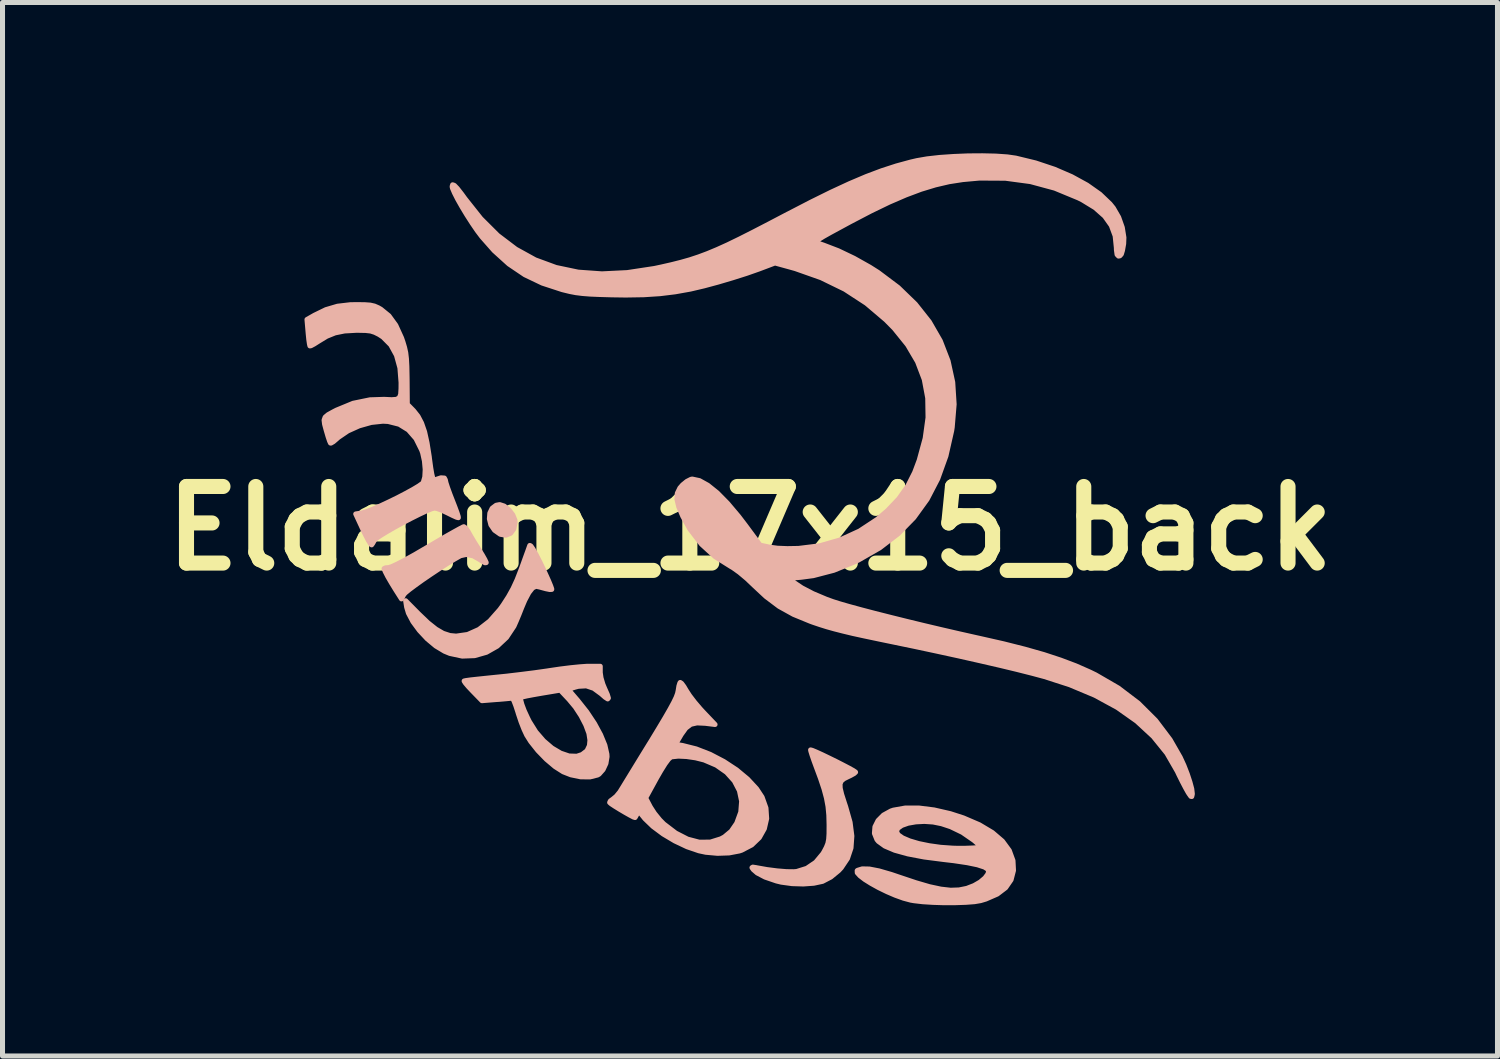
<source format=kicad_pcb>
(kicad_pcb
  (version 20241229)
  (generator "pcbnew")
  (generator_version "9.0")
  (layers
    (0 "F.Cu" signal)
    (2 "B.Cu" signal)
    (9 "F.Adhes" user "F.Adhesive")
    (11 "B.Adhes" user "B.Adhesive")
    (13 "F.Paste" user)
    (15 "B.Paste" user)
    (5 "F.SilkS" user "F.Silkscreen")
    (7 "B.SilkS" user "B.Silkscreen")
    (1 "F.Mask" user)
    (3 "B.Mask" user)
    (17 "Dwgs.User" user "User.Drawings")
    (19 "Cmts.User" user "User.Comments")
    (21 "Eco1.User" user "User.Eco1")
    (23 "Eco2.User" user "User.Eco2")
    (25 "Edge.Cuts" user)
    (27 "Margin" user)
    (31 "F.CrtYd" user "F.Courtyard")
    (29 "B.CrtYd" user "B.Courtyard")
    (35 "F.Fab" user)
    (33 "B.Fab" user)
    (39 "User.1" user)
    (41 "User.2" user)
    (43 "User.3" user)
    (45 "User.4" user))
  (footprint "Eldalim_17x15_back"
    (layer "F.Cu")
    (at 11.873 7.464)
    (property "Reference" "Eldalim_17x15_back" (at 0 0 0) (layer "F.SilkS") (effects (font (size 1.524 1.524) (thickness 0.3))))
    (attr through_hole)
    (fp_poly (pts (xy -4.674 -0.129) (xy -4.698 0.007) (xy -4.764 0.097) (xy -4.858 0.135) (xy -4.969 0.116) (xy -5.083 0.036) (xy -5.156 -0.071) (xy -5.186 -0.19) (xy -5.177 -0.305) (xy -5.131 -0.401) (xy -5.051 -0.461) (xy -4.981 -0.474) (xy -4.891 -0.445) (xy -4.798 -0.371) (xy -4.721 -0.272) (xy -4.678 -0.167) (xy -4.674 -0.129)) (stroke (width 0.1) (type solid)) (fill yes) (layer "B.SilkS"))
    (fp_poly (pts (xy -5.249 0.68) (xy -5.273 0.683) (xy -5.331 0.651) (xy -5.362 0.629) (xy -5.506 0.546) (xy -5.645 0.517) (xy -5.762 0.543) (xy -5.88 0.61) (xy -6.026 0.699) (xy -6.187 0.802) (xy -6.354 0.913) (xy -6.515 1.023) (xy -6.66 1.127) (xy -6.778 1.215) (xy -6.858 1.281) (xy -6.888 1.314) (xy -6.935 1.402) (xy -7.052 1.218) (xy -7.136 1.081) (xy -7.208 0.957) (xy -7.258 0.859) (xy -7.281 0.802) (xy -7.281 0.798) (xy -7.252 0.784) (xy -7.191 0.779) (xy -7.131 0.761) (xy -7.02 0.71) (xy -6.864 0.629) (xy -6.669 0.521) (xy -6.442 0.388) (xy -6.415 0.373) (xy -6.22 0.258) (xy -6.043 0.155) (xy -5.894 0.071) (xy -5.78 0.008) (xy -5.711 -0.028) (xy -5.694 -0.034) (xy -5.656 -0.007) (xy -5.609 0.061) (xy -5.601 0.076) (xy -5.555 0.159) (xy -5.486 0.274) (xy -5.407 0.4) (xy -5.397 0.416) (xy -5.328 0.527) (xy -5.276 0.619) (xy -5.251 0.674) (xy -5.249 0.68)) (stroke (width 0.1) (type solid)) (fill yes) (layer "B.SilkS"))
    (fp_poly (pts (xy -3.945 1.213) (xy -3.985 1.215) (xy -4.064 1.199) (xy -4.093 1.191) (xy -4.186 1.166) (xy -4.252 1.152) (xy -4.261 1.151) (xy -4.327 1.184) (xy -4.401 1.278) (xy -4.481 1.429) (xy -4.542 1.573) (xy -4.597 1.712) (xy -4.65 1.839) (xy -4.691 1.932) (xy -4.698 1.947) (xy -4.845 2.169) (xy -5.03 2.342) (xy -5.245 2.464) (xy -5.48 2.531) (xy -5.726 2.54) (xy -5.972 2.487) (xy -6.079 2.443) (xy -6.252 2.339) (xy -6.423 2.196) (xy -6.578 2.03) (xy -6.707 1.855) (xy -6.797 1.684) (xy -6.832 1.566) (xy -6.852 1.439) (xy -6.595 1.699) (xy -6.409 1.877) (xy -6.249 2.004) (xy -6.107 2.087) (xy -5.972 2.131) (xy -5.847 2.143) (xy -5.617 2.11) (xy -5.394 2.01) (xy -5.18 1.844) (xy -4.977 1.614) (xy -4.912 1.524) (xy -4.805 1.358) (xy -4.715 1.196) (xy -4.633 1.018) (xy -4.549 0.802) (xy -4.517 0.714) (xy -4.466 0.572) (xy -4.422 0.451) (xy -4.392 0.366) (xy -4.382 0.339) (xy -4.361 0.348) (xy -4.317 0.412) (xy -4.254 0.526) (xy -4.175 0.682) (xy -4.146 0.742) (xy -4.071 0.902) (xy -4.009 1.04) (xy -3.966 1.144) (xy -3.945 1.204) (xy -3.945 1.213)) (stroke (width 0.1) (type solid)) (fill yes) (layer "B.SilkS"))
    (fp_poly (pts (xy 2.1 4.85) (xy 2.072 4.876) (xy 2 4.916) (xy 1.947 4.941) (xy 1.867 4.981) (xy 1.815 5.025) (xy 1.791 5.084) (xy 1.794 5.168) (xy 1.823 5.29) (xy 1.877 5.459) (xy 1.903 5.537) (xy 1.991 5.848) (xy 2.026 6.12) (xy 2.009 6.358) (xy 1.939 6.567) (xy 1.815 6.752) (xy 1.763 6.808) (xy 1.607 6.936) (xy 1.446 7.02) (xy 1.441 7.022) (xy 1.269 7.059) (xy 1.06 7.074) (xy 0.836 7.067) (xy 0.623 7.038) (xy 0.525 7.014) (xy 0.3 6.937) (xy 0.142 6.854) (xy 0.065 6.787) (xy 0.039 6.749) (xy 0.056 6.739) (xy 0.127 6.75) (xy 0.135 6.752) (xy 0.338 6.788) (xy 0.54 6.814) (xy 0.723 6.829) (xy 0.87 6.831) (xy 0.929 6.826) (xy 1.13 6.763) (xy 1.308 6.642) (xy 1.45 6.471) (xy 1.473 6.432) (xy 1.519 6.344) (xy 1.549 6.268) (xy 1.565 6.185) (xy 1.572 6.076) (xy 1.573 5.921) (xy 1.573 5.893) (xy 1.568 5.703) (xy 1.552 5.532) (xy 1.521 5.365) (xy 1.472 5.182) (xy 1.401 4.969) (xy 1.326 4.767) (xy 1.274 4.626) (xy 1.234 4.51) (xy 1.21 4.432) (xy 1.205 4.407) (xy 1.239 4.416) (xy 1.318 4.449) (xy 1.432 4.501) (xy 1.567 4.566) (xy 1.71 4.636) (xy 1.847 4.706) (xy 1.966 4.768) (xy 2.054 4.817) (xy 2.097 4.846) (xy 2.1 4.85)) (stroke (width 0.1) (type solid)) (fill yes) (layer "B.SilkS"))
    (fp_poly (pts (xy -2.818 3.375) (xy -2.832 3.392) (xy -2.884 3.358) (xy -2.96 3.291) (xy -3.11 3.181) (xy -3.257 3.132) (xy -3.417 3.141) (xy -3.478 3.157) (xy -3.62 3.2) (xy -3.43 3.421) (xy -3.249 3.649) (xy -3.095 3.881) (xy -2.973 4.106) (xy -2.888 4.313) (xy -2.848 4.491) (xy -2.845 4.542) (xy -2.867 4.676) (xy -2.924 4.799) (xy -3.003 4.888) (xy -3.034 4.906) (xy -3.185 4.944) (xy -3.185 4.212) (xy -3.206 4.076) (xy -3.268 3.909) (xy -3.361 3.729) (xy -3.476 3.553) (xy -3.602 3.402) (xy -3.776 3.217) (xy -4.159 3.281) (xy -4.312 3.308) (xy -4.439 3.332) (xy -4.527 3.352) (xy -4.56 3.363) (xy -4.564 3.41) (xy -4.539 3.503) (xy -4.492 3.628) (xy -4.425 3.773) (xy -4.39 3.843) (xy -4.261 4.049) (xy -4.108 4.226) (xy -3.941 4.369) (xy -3.769 4.471) (xy -3.601 4.528) (xy -3.446 4.533) (xy -3.342 4.499) (xy -3.244 4.424) (xy -3.195 4.321) (xy -3.185 4.212) (xy -3.185 4.944) (xy -3.186 4.944) (xy -3.37 4.942) (xy -3.564 4.902) (xy -3.717 4.842) (xy -3.879 4.739) (xy -4.053 4.592) (xy -4.22 4.42) (xy -4.363 4.24) (xy -4.443 4.113) (xy -4.497 3.997) (xy -4.556 3.846) (xy -4.609 3.687) (xy -4.618 3.656) (xy -4.659 3.53) (xy -4.696 3.433) (xy -4.724 3.381) (xy -4.732 3.376) (xy -4.777 3.381) (xy -4.872 3.39) (xy -4.999 3.401) (xy -5.048 3.404) (xy -5.334 3.427) (xy -5.518 3.238) (xy -5.603 3.148) (xy -5.663 3.077) (xy -5.688 3.038) (xy -5.688 3.035) (xy -5.651 3.027) (xy -5.557 3.014) (xy -5.419 2.999) (xy -5.247 2.981) (xy -5.092 2.965) (xy -4.844 2.94) (xy -4.567 2.907) (xy -4.289 2.872) (xy -4.041 2.837) (xy -3.977 2.827) (xy -3.773 2.797) (xy -3.572 2.772) (xy -3.392 2.754) (xy -3.253 2.744) (xy -3.211 2.743) (xy -2.98 2.743) (xy -2.98 2.87) (xy -2.965 2.973) (xy -2.927 3.101) (xy -2.895 3.178) (xy -2.839 3.305) (xy -2.818 3.375)) (stroke (width 0.1) (type solid)) (fill yes) (layer "B.SilkS"))
    (fp_poly (pts (xy 5.242 6.805) (xy 5.194 6.991) (xy 5.086 7.148) (xy 4.919 7.275) (xy 4.692 7.374) (xy 4.589 7.405) (xy 4.467 7.426) (xy 4.294 7.439) (xy 4.087 7.446) (xy 3.864 7.447) (xy 3.641 7.44) (xy 3.435 7.427) (xy 3.263 7.407) (xy 3.2 7.396) (xy 3.054 7.357) (xy 2.893 7.299) (xy 2.725 7.227) (xy 2.561 7.147) (xy 2.411 7.064) (xy 2.283 6.984) (xy 2.188 6.911) (xy 2.134 6.851) (xy 2.132 6.809) (xy 2.139 6.803) (xy 2.233 6.774) (xy 2.374 6.777) (xy 2.565 6.814) (xy 2.81 6.885) (xy 2.975 6.941) (xy 3.298 7.049) (xy 3.568 7.128) (xy 3.796 7.177) (xy 3.991 7.199) (xy 4.16 7.193) (xy 4.314 7.162) (xy 4.458 7.106) (xy 4.579 7.036) (xy 4.675 6.955) (xy 4.735 6.875) (xy 4.748 6.808) (xy 4.738 6.786) (xy 4.665 6.738) (xy 4.57 6.707) (xy 4.57 6.325) (xy 4.544 6.284) (xy 4.467 6.216) (xy 4.445 6.199) (xy 4.225 6.047) (xy 3.993 5.935) (xy 3.812 5.875) (xy 3.644 5.841) (xy 3.469 5.829) (xy 3.297 5.838) (xy 3.144 5.865) (xy 3.02 5.909) (xy 2.939 5.966) (xy 2.913 6.028) (xy 2.945 6.094) (xy 3.035 6.157) (xy 3.175 6.217) (xy 3.354 6.27) (xy 3.563 6.313) (xy 3.792 6.345) (xy 4.033 6.362) (xy 4.137 6.365) (xy 4.292 6.364) (xy 4.424 6.359) (xy 4.518 6.353) (xy 4.552 6.346) (xy 4.57 6.325) (xy 4.57 6.707) (xy 4.528 6.693) (xy 4.325 6.651) (xy 4.057 6.611) (xy 3.853 6.587) (xy 3.464 6.537) (xy 3.139 6.475) (xy 2.879 6.403) (xy 2.684 6.32) (xy 2.555 6.227) (xy 2.525 6.191) (xy 2.475 6.067) (xy 2.485 5.937) (xy 2.547 5.813) (xy 2.655 5.704) (xy 2.804 5.622) (xy 2.854 5.605) (xy 3.085 5.564) (xy 3.358 5.563) (xy 3.661 5.601) (xy 3.983 5.675) (xy 4.243 5.759) (xy 4.562 5.896) (xy 4.822 6.051) (xy 5.022 6.222) (xy 5.159 6.409) (xy 5.232 6.609) (xy 5.242 6.805)) (stroke (width 0.1) (type solid)) (fill yes) (layer "B.SilkS"))
    (fp_poly (pts (xy 0.331 5.774) (xy 0.285 5.974) (xy 0.185 6.152) (xy 0.034 6.297) (xy -0.165 6.401) (xy -0.167 6.402) (xy -0.167 5.427) (xy -0.211 5.218) (xy -0.312 5.024) (xy -0.466 4.853) (xy -0.669 4.711) (xy -0.912 4.607) (xy -1.083 4.564) (xy -1.262 4.538) (xy -1.427 4.53) (xy -1.555 4.544) (xy -1.575 4.55) (xy -1.621 4.59) (xy -1.69 4.683) (xy -1.777 4.823) (xy -1.86 4.967) (xy -2.077 5.363) (xy -1.982 5.544) (xy -1.902 5.668) (xy -1.796 5.799) (xy -1.716 5.88) (xy -1.479 6.061) (xy -1.243 6.182) (xy -1.011 6.243) (xy -0.788 6.241) (xy -0.58 6.176) (xy -0.511 6.139) (xy -0.374 6.025) (xy -0.266 5.867) (xy -0.264 5.863) (xy -0.184 5.644) (xy -0.167 5.427) (xy -0.167 6.402) (xy -0.216 6.418) (xy -0.416 6.456) (xy -0.647 6.464) (xy -0.88 6.443) (xy -1.016 6.414) (xy -1.253 6.333) (xy -1.496 6.218) (xy -1.728 6.08) (xy -1.932 5.928) (xy -2.091 5.775) (xy -2.124 5.734) (xy -2.181 5.664) (xy -2.214 5.644) (xy -2.238 5.665) (xy -2.246 5.679) (xy -2.277 5.734) (xy -2.288 5.752) (xy -2.319 5.742) (xy -2.391 5.704) (xy -2.487 5.65) (xy -2.592 5.588) (xy -2.689 5.528) (xy -2.762 5.48) (xy -2.793 5.453) (xy -2.779 5.422) (xy -2.73 5.387) (xy -2.662 5.331) (xy -2.591 5.245) (xy -2.576 5.221) (xy -2.539 5.161) (xy -2.472 5.051) (xy -2.38 4.901) (xy -2.268 4.718) (xy -2.142 4.512) (xy -2.006 4.291) (xy -1.973 4.238) (xy -1.813 3.974) (xy -1.686 3.761) (xy -1.589 3.592) (xy -1.518 3.461) (xy -1.47 3.361) (xy -1.442 3.285) (xy -1.43 3.229) (xy -1.415 3.136) (xy -1.396 3.075) (xy -1.389 3.065) (xy -1.361 3.084) (xy -1.314 3.148) (xy -1.27 3.223) (xy -1.204 3.325) (xy -1.106 3.454) (xy -0.992 3.588) (xy -0.936 3.649) (xy -0.696 3.901) (xy -0.89 3.877) (xy -1.056 3.869) (xy -1.179 3.897) (xy -1.278 3.973) (xy -1.371 4.103) (xy -1.377 4.114) (xy -1.484 4.296) (xy -1.343 4.319) (xy -1.072 4.387) (xy -0.794 4.495) (xy -0.522 4.637) (xy -0.269 4.803) (xy -0.048 4.987) (xy 0.13 5.179) (xy 0.24 5.346) (xy 0.317 5.562) (xy 0.331 5.774)) (stroke (width 0.1) (type solid)) (fill yes) (layer "B.SilkS"))
    (fp_poly (pts (xy -5.803 -0.214) (xy -5.837 -0.222) (xy -5.913 -0.256) (xy -6.01 -0.304) (xy -6.123 -0.358) (xy -6.222 -0.395) (xy -6.277 -0.406) (xy -6.339 -0.39) (xy -6.445 -0.346) (xy -6.585 -0.28) (xy -6.745 -0.2) (xy -6.913 -0.112) (xy -7.079 -0.021) (xy -7.23 0.066) (xy -7.354 0.142) (xy -7.438 0.2) (xy -7.471 0.232) (xy -7.508 0.298) (xy -7.529 0.327) (xy -7.551 0.307) (xy -7.594 0.237) (xy -7.65 0.129) (xy -7.698 0.03) (xy -7.845 -0.288) (xy -7.724 -0.307) (xy -7.64 -0.331) (xy -7.514 -0.379) (xy -7.361 -0.445) (xy -7.19 -0.525) (xy -7.016 -0.61) (xy -6.849 -0.697) (xy -6.703 -0.777) (xy -6.588 -0.846) (xy -6.517 -0.897) (xy -6.502 -0.914) (xy -6.471 -1.023) (xy -6.463 -1.173) (xy -6.478 -1.341) (xy -6.514 -1.504) (xy -6.533 -1.558) (xy -6.647 -1.788) (xy -6.797 -1.96) (xy -6.98 -2.073) (xy -7.198 -2.128) (xy -7.304 -2.134) (xy -7.537 -2.109) (xy -7.778 -2.041) (xy -8.004 -1.939) (xy -8.192 -1.811) (xy -8.221 -1.785) (xy -8.29 -1.726) (xy -8.338 -1.698) (xy -8.348 -1.699) (xy -8.366 -1.739) (xy -8.395 -1.825) (xy -8.429 -1.941) (xy -8.432 -1.951) (xy -8.465 -2.074) (xy -8.475 -2.156) (xy -8.454 -2.214) (xy -8.394 -2.264) (xy -8.285 -2.324) (xy -8.229 -2.353) (xy -7.897 -2.49) (xy -7.561 -2.559) (xy -7.281 -2.568) (xy -7.13 -2.561) (xy -7.033 -2.568) (xy -6.977 -2.6) (xy -6.951 -2.667) (xy -6.944 -2.782) (xy -6.943 -2.902) (xy -6.966 -3.195) (xy -7.035 -3.446) (xy -7.148 -3.652) (xy -7.304 -3.809) (xy -7.383 -3.86) (xy -7.467 -3.902) (xy -7.548 -3.928) (xy -7.647 -3.939) (xy -7.785 -3.942) (xy -7.84 -3.942) (xy -8.069 -3.929) (xy -8.256 -3.891) (xy -8.424 -3.823) (xy -8.588 -3.723) (xy -8.675 -3.668) (xy -8.737 -3.635) (xy -8.757 -3.632) (xy -8.766 -3.67) (xy -8.779 -3.758) (xy -8.791 -3.879) (xy -8.793 -3.902) (xy -8.815 -4.157) (xy -8.666 -4.242) (xy -8.438 -4.353) (xy -8.207 -4.421) (xy -7.951 -4.451) (xy -7.823 -4.453) (xy -7.666 -4.451) (xy -7.556 -4.443) (xy -7.473 -4.424) (xy -7.397 -4.391) (xy -7.345 -4.361) (xy -7.185 -4.231) (xy -7.048 -4.042) (xy -6.933 -3.79) (xy -6.905 -3.708) (xy -6.873 -3.6) (xy -6.85 -3.495) (xy -6.836 -3.375) (xy -6.828 -3.225) (xy -6.824 -3.027) (xy -6.823 -2.971) (xy -6.819 -2.47) (xy -6.694 -2.343) (xy -6.607 -2.233) (xy -6.535 -2.096) (xy -6.475 -1.923) (xy -6.426 -1.702) (xy -6.382 -1.425) (xy -6.378 -1.389) (xy -6.353 -1.207) (xy -6.332 -1.083) (xy -6.314 -1.008) (xy -6.295 -0.972) (xy -6.274 -0.966) (xy -6.267 -0.968) (xy -6.15 -1.007) (xy -6.081 -1.002) (xy -6.062 -0.965) (xy -6.05 -0.91) (xy -6.017 -0.808) (xy -5.969 -0.676) (xy -5.926 -0.566) (xy -5.872 -0.427) (xy -5.83 -0.313) (xy -5.806 -0.238) (xy -5.803 -0.214)) (stroke (width 0.1) (type solid)) (fill yes) (layer "B.SilkS"))
    (fp_poly (pts (xy 8.8 5.278) (xy 8.799 5.291) (xy 8.789 5.334) (xy 8.771 5.331) (xy 8.732 5.276) (xy 8.715 5.249) (xy 8.668 5.165) (xy 8.603 5.041) (xy 8.532 4.898) (xy 8.503 4.836) (xy 8.294 4.473) (xy 8.024 4.139) (xy 7.695 3.835) (xy 7.308 3.562) (xy 6.863 3.32) (xy 6.362 3.11) (xy 5.86 2.948) (xy 5.618 2.883) (xy 5.318 2.807) (xy 4.969 2.723) (xy 4.579 2.633) (xy 4.158 2.538) (xy 3.713 2.441) (xy 3.254 2.343) (xy 2.896 2.269) (xy 2.558 2.199) (xy 2.278 2.14) (xy 2.044 2.089) (xy 1.849 2.042) (xy 1.681 1.999) (xy 1.531 1.957) (xy 1.39 1.913) (xy 1.248 1.865) (xy 1.197 1.846) (xy 0.866 1.71) (xy 0.579 1.551) (xy 0.316 1.353) (xy 0.094 1.146) (xy -0.062 0.998) (xy -0.211 0.873) (xy -0.337 0.783) (xy -0.38 0.758) (xy -0.693 0.562) (xy -0.966 0.313) (xy -1.196 0.013) (xy -1.338 -0.242) (xy -1.418 -0.43) (xy -1.454 -0.579) (xy -1.447 -0.699) (xy -1.396 -0.804) (xy -1.341 -0.867) (xy -1.256 -0.936) (xy -1.175 -0.977) (xy -1.149 -0.982) (xy -1.006 -0.951) (xy -0.84 -0.859) (xy -0.653 -0.709) (xy -0.448 -0.501) (xy -0.227 -0.239) (xy -0.092 -0.062) (xy 0.2 0.333) (xy 0.396 0.374) (xy 0.546 0.394) (xy 0.742 0.402) (xy 0.963 0.398) (xy 0.965 0.398) (xy 1.386 0.346) (xy 1.793 0.229) (xy 2.179 0.052) (xy 2.534 -0.182) (xy 2.74 -0.358) (xy 2.962 -0.592) (xy 3.136 -0.838) (xy 3.276 -1.115) (xy 3.366 -1.355) (xy 3.485 -1.792) (xy 3.542 -2.204) (xy 3.536 -2.594) (xy 3.467 -2.964) (xy 3.333 -3.317) (xy 3.134 -3.655) (xy 2.87 -3.982) (xy 2.705 -4.149) (xy 2.315 -4.48) (xy 1.887 -4.759) (xy 1.417 -4.988) (xy 0.902 -5.17) (xy 0.798 -5.199) (xy 0.496 -5.282) (xy 0.178 -5.162) (xy -0.067 -5.076) (xy -0.347 -4.987) (xy -0.638 -4.901) (xy -0.916 -4.826) (xy -1.158 -4.769) (xy -1.188 -4.762) (xy -1.49 -4.708) (xy -1.793 -4.671) (xy -2.115 -4.65) (xy -2.473 -4.644) (xy -2.75 -4.648) (xy -2.993 -4.655) (xy -3.182 -4.663) (xy -3.334 -4.675) (xy -3.463 -4.691) (xy -3.583 -4.714) (xy -3.71 -4.745) (xy -3.738 -4.752) (xy -4.132 -4.881) (xy -4.481 -5.048) (xy -4.798 -5.262) (xy -5.093 -5.529) (xy -5.334 -5.802) (xy -5.427 -5.925) (xy -5.528 -6.073) (xy -5.632 -6.235) (xy -5.73 -6.397) (xy -5.816 -6.549) (xy -5.881 -6.677) (xy -5.92 -6.769) (xy -5.927 -6.802) (xy -5.917 -6.837) (xy -5.884 -6.826) (xy -5.826 -6.766) (xy -5.738 -6.653) (xy -5.672 -6.562) (xy -5.357 -6.165) (xy -5.021 -5.83) (xy -4.661 -5.557) (xy -4.275 -5.344) (xy -3.862 -5.192) (xy -3.42 -5.099) (xy -2.947 -5.065) (xy -2.442 -5.09) (xy -1.902 -5.172) (xy -1.761 -5.202) (xy -1.555 -5.249) (xy -1.369 -5.296) (xy -1.193 -5.346) (xy -1.021 -5.403) (xy -0.844 -5.469) (xy -0.655 -5.548) (xy -0.445 -5.643) (xy -0.208 -5.758) (xy 0.065 -5.896) (xy 0.382 -6.06) (xy 0.75 -6.253) (xy 0.757 -6.256) (xy 1.211 -6.491) (xy 1.616 -6.691) (xy 1.981 -6.86) (xy 2.313 -7.001) (xy 2.621 -7.117) (xy 2.913 -7.212) (xy 3.196 -7.289) (xy 3.321 -7.318) (xy 3.524 -7.353) (xy 3.772 -7.381) (xy 4.048 -7.4) (xy 4.338 -7.412) (xy 4.623 -7.414) (xy 4.889 -7.408) (xy 5.119 -7.392) (xy 5.286 -7.368) (xy 5.681 -7.272) (xy 6.055 -7.147) (xy 6.398 -6.999) (xy 6.703 -6.832) (xy 6.961 -6.65) (xy 7.163 -6.457) (xy 7.229 -6.375) (xy 7.335 -6.191) (xy 7.407 -5.987) (xy 7.439 -5.787) (xy 7.434 -5.663) (xy 7.411 -5.533) (xy 7.388 -5.457) (xy 7.358 -5.424) (xy 7.332 -5.419) (xy 7.303 -5.449) (xy 7.29 -5.543) (xy 7.289 -5.584) (xy 7.265 -5.82) (xy 7.188 -6.028) (xy 7.057 -6.213) (xy 6.867 -6.381) (xy 6.614 -6.536) (xy 6.536 -6.575) (xy 6.065 -6.77) (xy 5.581 -6.901) (xy 5.082 -6.968) (xy 4.562 -6.971) (xy 4.232 -6.941) (xy 3.961 -6.899) (xy 3.687 -6.835) (xy 3.401 -6.748) (xy 3.097 -6.634) (xy 2.766 -6.491) (xy 2.4 -6.314) (xy 1.992 -6.101) (xy 1.778 -5.985) (xy 1.59 -5.883) (xy 1.457 -5.808) (xy 1.372 -5.755) (xy 1.33 -5.719) (xy 1.327 -5.693) (xy 1.357 -5.673) (xy 1.415 -5.653) (xy 1.462 -5.637) (xy 1.754 -5.525) (xy 2.068 -5.375) (xy 2.381 -5.199) (xy 2.547 -5.094) (xy 2.948 -4.793) (xy 3.288 -4.464) (xy 3.568 -4.11) (xy 3.786 -3.731) (xy 3.941 -3.33) (xy 4.033 -2.909) (xy 4.061 -2.47) (xy 4.023 -2.014) (xy 4.012 -1.943) (xy 3.898 -1.442) (xy 3.735 -0.988) (xy 3.523 -0.58) (xy 3.26 -0.216) (xy 2.946 0.106) (xy 2.579 0.387) (xy 2.158 0.628) (xy 2.087 0.662) (xy 1.665 0.833) (xy 1.259 0.939) (xy 1.019 0.971) (xy 0.768 0.993) (xy 0.866 1.072) (xy 1.032 1.183) (xy 1.251 1.297) (xy 1.511 1.407) (xy 1.643 1.455) (xy 1.775 1.497) (xy 1.965 1.552) (xy 2.203 1.617) (xy 2.481 1.69) (xy 2.789 1.768) (xy 3.119 1.85) (xy 3.461 1.933) (xy 3.808 2.015) (xy 4.15 2.094) (xy 4.478 2.168) (xy 4.555 2.185) (xy 5.041 2.295) (xy 5.468 2.403) (xy 5.845 2.51) (xy 6.179 2.62) (xy 6.481 2.734) (xy 6.758 2.856) (xy 6.875 2.913) (xy 7.327 3.175) (xy 7.726 3.478) (xy 8.07 3.821) (xy 8.359 4.204) (xy 8.56 4.555) (xy 8.634 4.717) (xy 8.7 4.887) (xy 8.753 5.048) (xy 8.789 5.183) (xy 8.8 5.278)) (stroke (width 0.1) (type solid)) (fill yes) (layer "B.SilkS")))
  (gr_rect
    (start -3 -3)
    (end 26.745 17.961)
    (stroke (width 0.1) (type default))
    (fill no)
    (layer "Edge.Cuts")))
</source>
